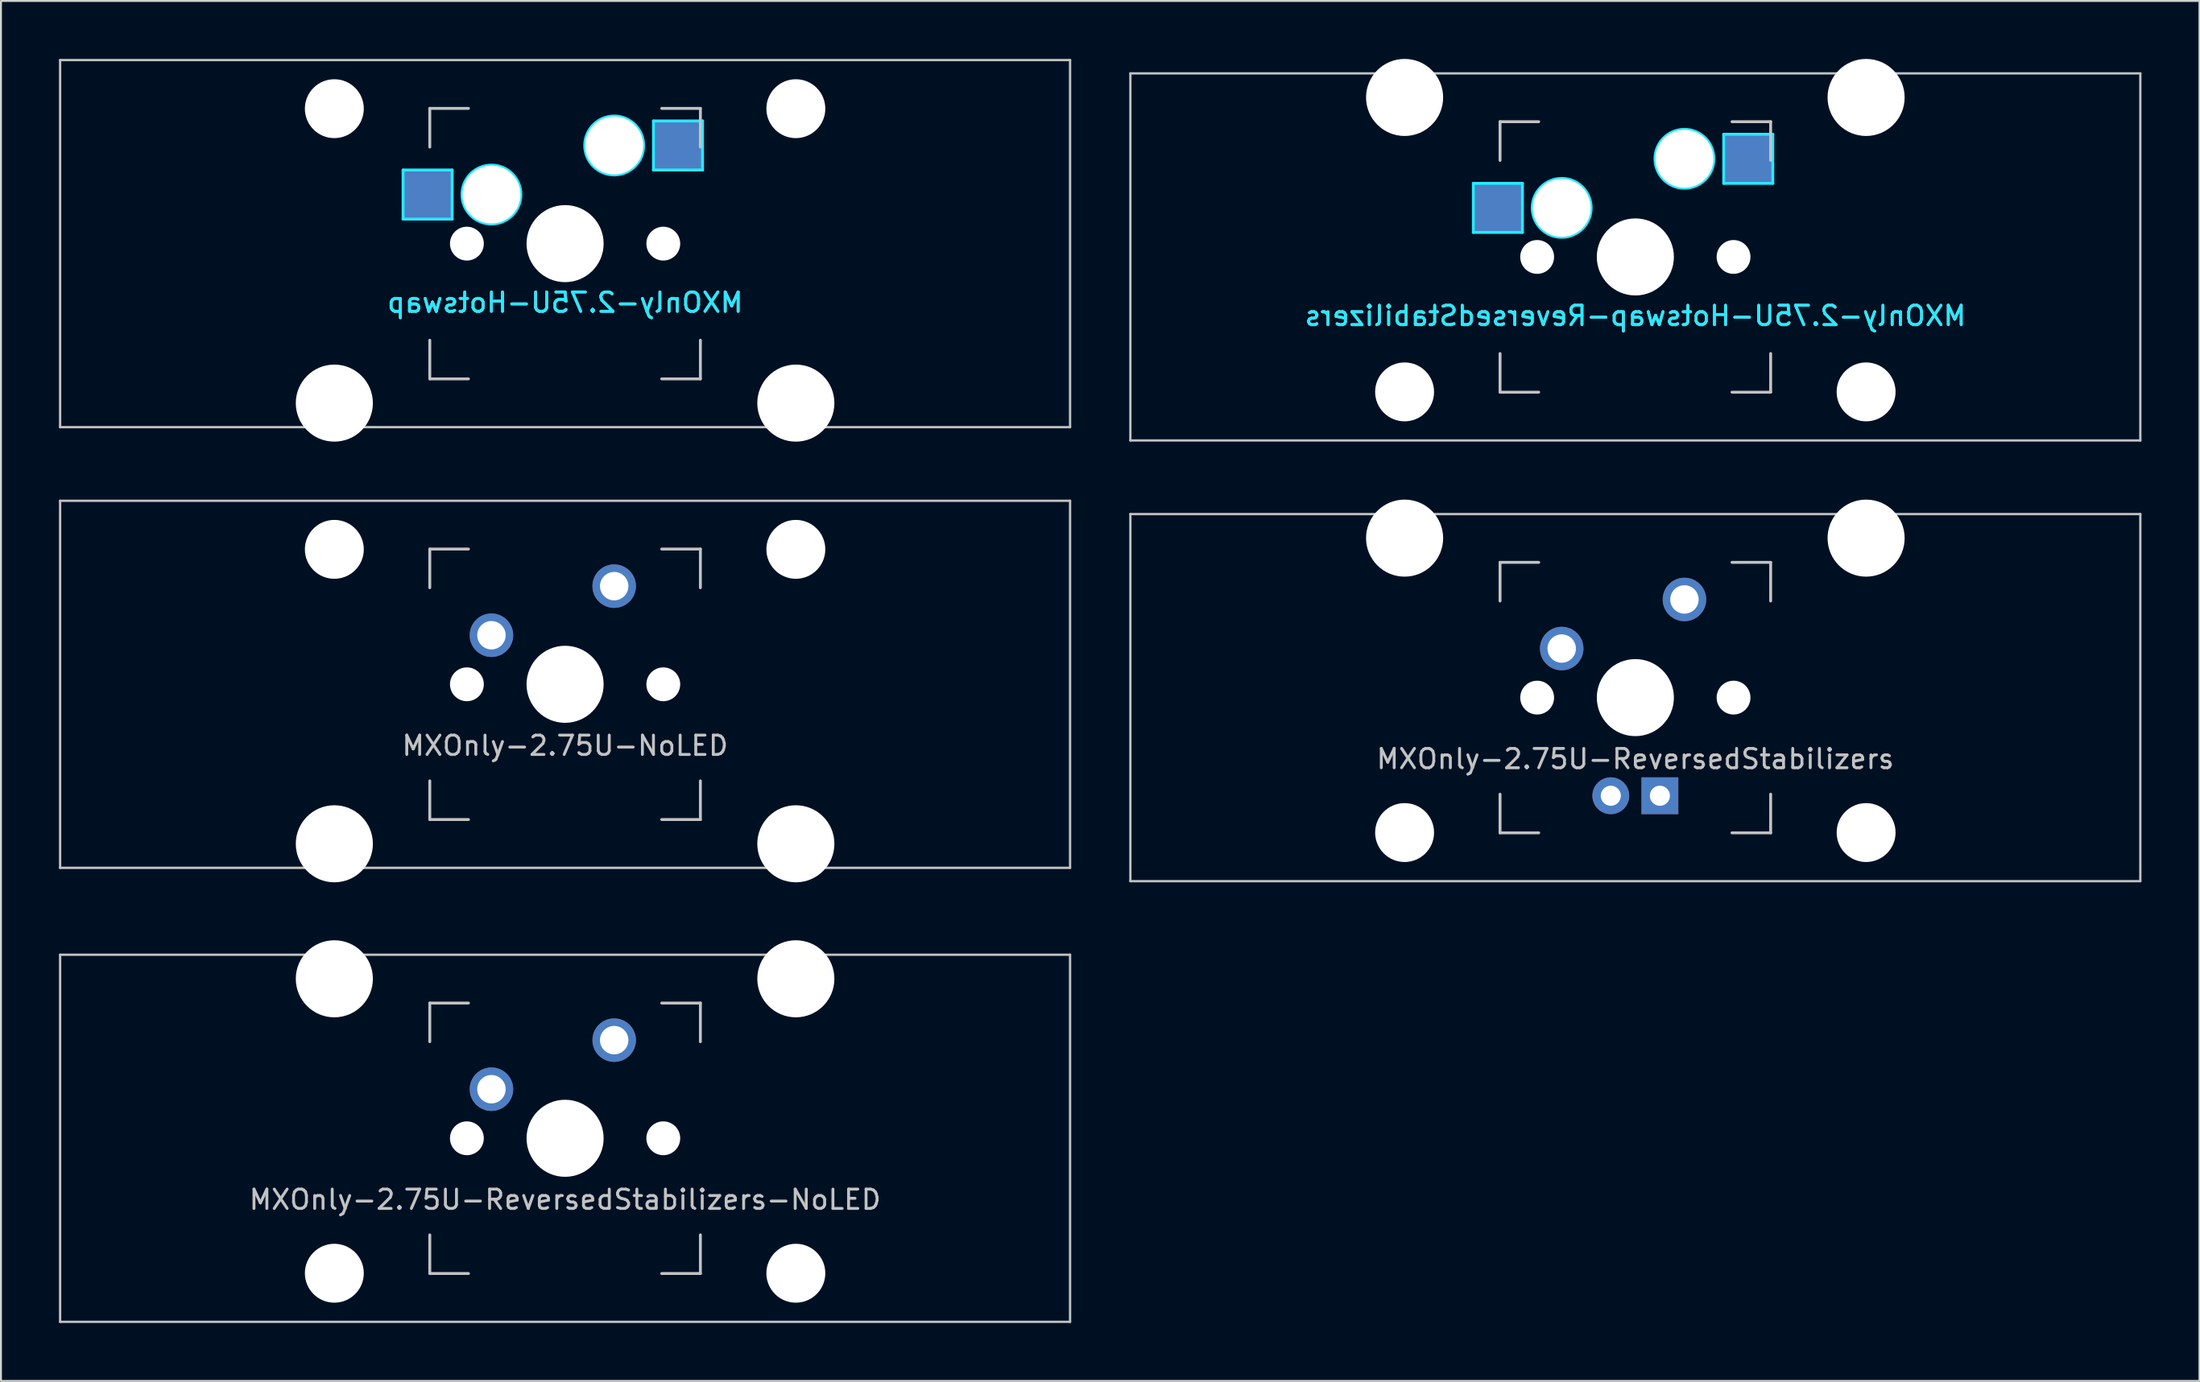
<source format=kicad_pcb>
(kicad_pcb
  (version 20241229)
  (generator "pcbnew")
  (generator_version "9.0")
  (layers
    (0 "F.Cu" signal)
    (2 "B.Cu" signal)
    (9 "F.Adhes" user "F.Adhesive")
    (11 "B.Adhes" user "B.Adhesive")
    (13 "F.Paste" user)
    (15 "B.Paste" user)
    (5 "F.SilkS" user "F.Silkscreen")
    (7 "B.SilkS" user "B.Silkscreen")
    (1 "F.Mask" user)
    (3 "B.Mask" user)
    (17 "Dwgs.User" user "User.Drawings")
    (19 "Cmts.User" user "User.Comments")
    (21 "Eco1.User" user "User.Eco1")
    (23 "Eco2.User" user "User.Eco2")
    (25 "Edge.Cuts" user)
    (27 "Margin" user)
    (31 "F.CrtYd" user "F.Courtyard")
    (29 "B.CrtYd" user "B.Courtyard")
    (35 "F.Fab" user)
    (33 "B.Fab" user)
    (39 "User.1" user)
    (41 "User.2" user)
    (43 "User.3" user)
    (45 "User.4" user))
  (footprint "MXOnly-2.75U-Hotswap-ReversedStabilizers"
    (layer "F.Cu")
    (at 81.555 10.249)
    (property "Reference" "MXOnly-2.75U-Hotswap-ReversedStabilizers" (at 0 3.048 0) (layer "B.CrtYd") (effects (font (size 1 1) (thickness 0.15)) (justify mirror)))
    (attr smd)
    (fp_line (start -26.125 -9.5) (end -26.125 9.5) (stroke (width 0.12) (type solid)) (layer "Dwgs.User"))
    (fp_line (start -26.125 9.5) (end 26.125 9.5) (stroke (width 0.12) (type solid)) (layer "Dwgs.User"))
    (fp_line (start -7 -7) (end -7 -5) (stroke (width 0.15) (type solid)) (layer "Dwgs.User"))
    (fp_line (start -7 5) (end -7 7) (stroke (width 0.15) (type solid)) (layer "Dwgs.User"))
    (fp_line (start -7 7) (end -5 7) (stroke (width 0.15) (type solid)) (layer "Dwgs.User"))
    (fp_line (start -5 -7) (end -7 -7) (stroke (width 0.15) (type solid)) (layer "Dwgs.User"))
    (fp_line (start 5 -7) (end 7 -7) (stroke (width 0.15) (type solid)) (layer "Dwgs.User"))
    (fp_line (start 5 7) (end 7 7) (stroke (width 0.15) (type solid)) (layer "Dwgs.User"))
    (fp_line (start 7 -7) (end 7 -5) (stroke (width 0.15) (type solid)) (layer "Dwgs.User"))
    (fp_line (start 7 7) (end 7 5) (stroke (width 0.15) (type solid)) (layer "Dwgs.User"))
    (fp_line (start 26.125 -9.5) (end -26.125 -9.5) (stroke (width 0.12) (type solid)) (layer "Dwgs.User"))
    (fp_line (start 26.125 9.5) (end 26.125 -9.5) (stroke (width 0.12) (type solid)) (layer "Dwgs.User"))
    (fp_line (start -8.382 -3.81) (end -5.842 -3.81) (stroke (width 0.15) (type solid)) (layer "B.CrtYd"))
    (fp_line (start -8.382 -1.27) (end -8.382 -3.81) (stroke (width 0.15) (type solid)) (layer "B.CrtYd"))
    (fp_line (start -5.842 -3.81) (end -5.842 -1.27) (stroke (width 0.15) (type solid)) (layer "B.CrtYd"))
    (fp_line (start -5.842 -1.27) (end -8.382 -1.27) (stroke (width 0.15) (type solid)) (layer "B.CrtYd"))
    (fp_line (start 4.572 -6.35) (end 7.112 -6.35) (stroke (width 0.15) (type solid)) (layer "B.CrtYd"))
    (fp_line (start 4.572 -3.81) (end 4.572 -6.35) (stroke (width 0.15) (type solid)) (layer "B.CrtYd"))
    (fp_line (start 7.112 -6.35) (end 7.112 -3.81) (stroke (width 0.15) (type solid)) (layer "B.CrtYd"))
    (fp_line (start 7.112 -3.81) (end 4.572 -3.81) (stroke (width 0.15) (type solid)) (layer "B.CrtYd"))
    (fp_circle (center -3.81 -2.54) (end -3.81 -4.064) (stroke (width 0.15) (type solid)) (fill no) (layer "B.CrtYd"))
    (fp_circle (center 2.54 -5.08) (end 2.54 -6.604) (stroke (width 0.15) (type solid)) (fill no) (layer "B.CrtYd"))
    (fp_text user "${REFERENCE}" (at 0 3.048 0) (layer "B.SilkS") (effects (font (size 1 1) (thickness 0.15)) (justify mirror)))
    (pad "" np_thru_hole circle (at -11.938 -8.255) (size 3.988 3.988) (drill 3.988) (layers "*.Cu" "*.Mask"))
    (pad "" np_thru_hole circle (at -11.938 6.985) (size 3.048 3.048) (drill 3.048) (layers "*.Cu" "*.Mask"))
    (pad "" np_thru_hole circle (at -5.08 0 48.1) (size 1.75 1.75) (drill 1.75) (layers "*.Cu" "*.Mask"))
    (pad "" np_thru_hole circle (at -3.81 -2.54) (size 3 3) (drill 3) (layers "*.Cu" "*.Mask"))
    (pad "" np_thru_hole circle (at 0 0) (size 3.988 3.988) (drill 3.988) (layers "*.Cu" "*.Mask"))
    (pad "" np_thru_hole circle (at 2.54 -5.08) (size 3 3) (drill 3) (layers "*.Cu" "*.Mask"))
    (pad "" np_thru_hole circle (at 5.08 0 48.1) (size 1.75 1.75) (drill 1.75) (layers "*.Cu" "*.Mask"))
    (pad "" np_thru_hole circle (at 11.938 -8.255) (size 3.988 3.988) (drill 3.988) (layers "*.Cu" "*.Mask"))
    (pad "" np_thru_hole circle (at 11.938 6.985) (size 3.048 3.048) (drill 3.048) (layers "*.Cu" "*.Mask"))
    (pad "1" smd rect (at -7.085 -2.54) (size 2.55 2.5) (layers "B.Cu" "B.Mask" "B.Paste"))
    (pad "2" smd rect (at 5.842 -5.08) (size 2.55 2.5) (layers "B.Cu" "B.Mask" "B.Paste")))
  (footprint "MXOnly-2.75U-ReversedStabilizers"
    (layer "F.Cu")
    (at 81.555 33.058)
    (property "Reference" "MXOnly-2.75U-ReversedStabilizers" (at 0 3.175 0) (layer "Dwgs.User") (effects (font (size 1 1) (thickness 0.15))))
    (attr through_hole)
    (fp_line (start -26.125 -9.5) (end -26.125 9.5) (stroke (width 0.12) (type solid)) (layer "Dwgs.User"))
    (fp_line (start -26.125 9.5) (end 26.125 9.5) (stroke (width 0.12) (type solid)) (layer "Dwgs.User"))
    (fp_line (start -7 -7) (end -7 -5) (stroke (width 0.15) (type solid)) (layer "Dwgs.User"))
    (fp_line (start -7 5) (end -7 7) (stroke (width 0.15) (type solid)) (layer "Dwgs.User"))
    (fp_line (start -7 7) (end -5 7) (stroke (width 0.15) (type solid)) (layer "Dwgs.User"))
    (fp_line (start -5 -7) (end -7 -7) (stroke (width 0.15) (type solid)) (layer "Dwgs.User"))
    (fp_line (start 5 -7) (end 7 -7) (stroke (width 0.15) (type solid)) (layer "Dwgs.User"))
    (fp_line (start 5 7) (end 7 7) (stroke (width 0.15) (type solid)) (layer "Dwgs.User"))
    (fp_line (start 7 -7) (end 7 -5) (stroke (width 0.15) (type solid)) (layer "Dwgs.User"))
    (fp_line (start 7 7) (end 7 5) (stroke (width 0.15) (type solid)) (layer "Dwgs.User"))
    (fp_line (start 26.125 -9.5) (end -26.125 -9.5) (stroke (width 0.12) (type solid)) (layer "Dwgs.User"))
    (fp_line (start 26.125 9.5) (end 26.125 -9.5) (stroke (width 0.12) (type solid)) (layer "Dwgs.User"))
    (pad "" np_thru_hole circle (at -11.938 -8.255) (size 3.988 3.988) (drill 3.988) (layers "*.Cu" "*.Mask"))
    (pad "" np_thru_hole circle (at -11.938 6.985) (size 3.048 3.048) (drill 3.048) (layers "*.Cu" "*.Mask"))
    (pad "" np_thru_hole circle (at -5.08 0 48.1) (size 1.75 1.75) (drill 1.75) (layers "*.Cu" "*.Mask"))
    (pad "" np_thru_hole circle (at 0 0) (size 3.988 3.988) (drill 3.988) (layers "*.Cu" "*.Mask"))
    (pad "" np_thru_hole circle (at 5.08 0 48.1) (size 1.75 1.75) (drill 1.75) (layers "*.Cu" "*.Mask"))
    (pad "" np_thru_hole circle (at 11.938 -8.255) (size 3.988 3.988) (drill 3.988) (layers "*.Cu" "*.Mask"))
    (pad "" np_thru_hole circle (at 11.938 6.985) (size 3.048 3.048) (drill 3.048) (layers "*.Cu" "*.Mask"))
    (pad "1" thru_hole circle (at -3.81 -2.54) (size 2.25 2.25) (drill 1.47) (layers "*.Cu" "B.Mask"))
    (pad "2" thru_hole circle (at 2.54 -5.08) (size 2.25 2.25) (drill 1.47) (layers "*.Cu" "B.Mask"))
    (pad "3" thru_hole circle (at -1.27 5.08) (size 1.905 1.905) (drill 1.04) (layers "*.Cu" "B.Mask"))
    (pad "4" thru_hole rect (at 1.27 5.08) (size 1.905 1.905) (drill 1.04) (layers "*.Cu" "B.Mask")))
  (footprint "MXOnly-2.75U-Hotswap"
    (layer "F.Cu")
    (at 26.185 9.56)
    (property "Reference" "MXOnly-2.75U-Hotswap" (at 0 3.048 0) (layer "B.CrtYd") (effects (font (size 1 1) (thickness 0.15)) (justify mirror)))
    (attr smd)
    (fp_line (start -26.125 -9.5) (end -26.125 9.5) (stroke (width 0.12) (type solid)) (layer "Dwgs.User"))
    (fp_line (start -26.125 9.5) (end 26.125 9.5) (stroke (width 0.12) (type solid)) (layer "Dwgs.User"))
    (fp_line (start -7 -7) (end -7 -5) (stroke (width 0.15) (type solid)) (layer "Dwgs.User"))
    (fp_line (start -7 5) (end -7 7) (stroke (width 0.15) (type solid)) (layer "Dwgs.User"))
    (fp_line (start -7 7) (end -5 7) (stroke (width 0.15) (type solid)) (layer "Dwgs.User"))
    (fp_line (start -5 -7) (end -7 -7) (stroke (width 0.15) (type solid)) (layer "Dwgs.User"))
    (fp_line (start 5 -7) (end 7 -7) (stroke (width 0.15) (type solid)) (layer "Dwgs.User"))
    (fp_line (start 5 7) (end 7 7) (stroke (width 0.15) (type solid)) (layer "Dwgs.User"))
    (fp_line (start 7 -7) (end 7 -5) (stroke (width 0.15) (type solid)) (layer "Dwgs.User"))
    (fp_line (start 7 7) (end 7 5) (stroke (width 0.15) (type solid)) (layer "Dwgs.User"))
    (fp_line (start 26.125 -9.5) (end -26.125 -9.5) (stroke (width 0.12) (type solid)) (layer "Dwgs.User"))
    (fp_line (start 26.125 9.5) (end 26.125 -9.5) (stroke (width 0.12) (type solid)) (layer "Dwgs.User"))
    (fp_line (start -8.382 -3.81) (end -5.842 -3.81) (stroke (width 0.15) (type solid)) (layer "B.CrtYd"))
    (fp_line (start -8.382 -1.27) (end -8.382 -3.81) (stroke (width 0.15) (type solid)) (layer "B.CrtYd"))
    (fp_line (start -5.842 -3.81) (end -5.842 -1.27) (stroke (width 0.15) (type solid)) (layer "B.CrtYd"))
    (fp_line (start -5.842 -1.27) (end -8.382 -1.27) (stroke (width 0.15) (type solid)) (layer "B.CrtYd"))
    (fp_line (start 4.572 -6.35) (end 7.112 -6.35) (stroke (width 0.15) (type solid)) (layer "B.CrtYd"))
    (fp_line (start 4.572 -3.81) (end 4.572 -6.35) (stroke (width 0.15) (type solid)) (layer "B.CrtYd"))
    (fp_line (start 7.112 -6.35) (end 7.112 -3.81) (stroke (width 0.15) (type solid)) (layer "B.CrtYd"))
    (fp_line (start 7.112 -3.81) (end 4.572 -3.81) (stroke (width 0.15) (type solid)) (layer "B.CrtYd"))
    (fp_circle (center -3.81 -2.54) (end -3.81 -4.064) (stroke (width 0.15) (type solid)) (fill no) (layer "B.CrtYd"))
    (fp_circle (center 2.54 -5.08) (end 2.54 -6.604) (stroke (width 0.15) (type solid)) (fill no) (layer "B.CrtYd"))
    (fp_text user "${REFERENCE}" (at 0 3.048 0) (layer "B.SilkS") (effects (font (size 1 1) (thickness 0.15)) (justify mirror)))
    (pad "" np_thru_hole circle (at -11.938 -6.985) (size 3.048 3.048) (drill 3.048) (layers "*.Cu" "*.Mask"))
    (pad "" np_thru_hole circle (at -11.938 8.255) (size 3.988 3.988) (drill 3.988) (layers "*.Cu" "*.Mask"))
    (pad "" np_thru_hole circle (at -5.08 0 48.1) (size 1.75 1.75) (drill 1.75) (layers "*.Cu" "*.Mask"))
    (pad "" np_thru_hole circle (at -3.81 -2.54) (size 3 3) (drill 3) (layers "*.Cu" "*.Mask"))
    (pad "" np_thru_hole circle (at 0 0) (size 3.988 3.988) (drill 3.988) (layers "*.Cu" "*.Mask"))
    (pad "" np_thru_hole circle (at 2.54 -5.08) (size 3 3) (drill 3) (layers "*.Cu" "*.Mask"))
    (pad "" np_thru_hole circle (at 5.08 0 48.1) (size 1.75 1.75) (drill 1.75) (layers "*.Cu" "*.Mask"))
    (pad "" np_thru_hole circle (at 11.938 -6.985) (size 3.048 3.048) (drill 3.048) (layers "*.Cu" "*.Mask"))
    (pad "" np_thru_hole circle (at 11.938 8.255) (size 3.988 3.988) (drill 3.988) (layers "*.Cu" "*.Mask"))
    (pad "1" smd rect (at -7.085 -2.54) (size 2.55 2.5) (layers "B.Cu" "B.Mask" "B.Paste"))
    (pad "2" smd rect (at 5.842 -5.08) (size 2.55 2.5) (layers "B.Cu" "B.Mask" "B.Paste")))
  (footprint "MXOnly-2.75U-NoLED"
    (layer "F.Cu")
    (at 26.185 32.369)
    (property "Reference" "MXOnly-2.75U-NoLED" (at 0 3.175 0) (layer "Dwgs.User") (effects (font (size 1 1) (thickness 0.15))))
    (attr through_hole)
    (fp_line (start -26.125 -9.5) (end -26.125 9.5) (stroke (width 0.12) (type solid)) (layer "Dwgs.User"))
    (fp_line (start -26.125 9.5) (end 26.125 9.5) (stroke (width 0.12) (type solid)) (layer "Dwgs.User"))
    (fp_line (start -7 -7) (end -7 -5) (stroke (width 0.15) (type solid)) (layer "Dwgs.User"))
    (fp_line (start -7 5) (end -7 7) (stroke (width 0.15) (type solid)) (layer "Dwgs.User"))
    (fp_line (start -7 7) (end -5 7) (stroke (width 0.15) (type solid)) (layer "Dwgs.User"))
    (fp_line (start -5 -7) (end -7 -7) (stroke (width 0.15) (type solid)) (layer "Dwgs.User"))
    (fp_line (start 5 -7) (end 7 -7) (stroke (width 0.15) (type solid)) (layer "Dwgs.User"))
    (fp_line (start 5 7) (end 7 7) (stroke (width 0.15) (type solid)) (layer "Dwgs.User"))
    (fp_line (start 7 -7) (end 7 -5) (stroke (width 0.15) (type solid)) (layer "Dwgs.User"))
    (fp_line (start 7 7) (end 7 5) (stroke (width 0.15) (type solid)) (layer "Dwgs.User"))
    (fp_line (start 26.125 -9.5) (end -26.125 -9.5) (stroke (width 0.12) (type solid)) (layer "Dwgs.User"))
    (fp_line (start 26.125 9.5) (end 26.125 -9.5) (stroke (width 0.12) (type solid)) (layer "Dwgs.User"))
    (pad "" np_thru_hole circle (at -11.938 -6.985) (size 3.048 3.048) (drill 3.048) (layers "*.Cu" "*.Mask"))
    (pad "" np_thru_hole circle (at -11.938 8.255) (size 3.988 3.988) (drill 3.988) (layers "*.Cu" "*.Mask"))
    (pad "" np_thru_hole circle (at -5.08 0 48.1) (size 1.75 1.75) (drill 1.75) (layers "*.Cu" "*.Mask"))
    (pad "" np_thru_hole circle (at 0 0) (size 3.988 3.988) (drill 3.988) (layers "*.Cu" "*.Mask"))
    (pad "" np_thru_hole circle (at 5.08 0 48.1) (size 1.75 1.75) (drill 1.75) (layers "*.Cu" "*.Mask"))
    (pad "" np_thru_hole circle (at 11.938 -6.985) (size 3.048 3.048) (drill 3.048) (layers "*.Cu" "*.Mask"))
    (pad "" np_thru_hole circle (at 11.938 8.255) (size 3.988 3.988) (drill 3.988) (layers "*.Cu" "*.Mask"))
    (pad "1" thru_hole circle (at -3.81 -2.54) (size 2.25 2.25) (drill 1.47) (layers "*.Cu" "B.Mask"))
    (pad "2" thru_hole circle (at 2.54 -5.08) (size 2.25 2.25) (drill 1.47) (layers "*.Cu" "B.Mask")))
  (footprint "MXOnly-2.75U-ReversedStabilizers-NoLED"
    (layer "F.Cu")
    (at 26.185 55.867)
    (property "Reference" "MXOnly-2.75U-ReversedStabilizers-NoLED" (at 0 3.175 0) (layer "Dwgs.User") (effects (font (size 1 1) (thickness 0.15))))
    (attr through_hole)
    (fp_line (start -26.125 -9.5) (end -26.125 9.5) (stroke (width 0.12) (type solid)) (layer "Dwgs.User"))
    (fp_line (start -26.125 9.5) (end 26.125 9.5) (stroke (width 0.12) (type solid)) (layer "Dwgs.User"))
    (fp_line (start -7 -7) (end -7 -5) (stroke (width 0.15) (type solid)) (layer "Dwgs.User"))
    (fp_line (start -7 5) (end -7 7) (stroke (width 0.15) (type solid)) (layer "Dwgs.User"))
    (fp_line (start -7 7) (end -5 7) (stroke (width 0.15) (type solid)) (layer "Dwgs.User"))
    (fp_line (start -5 -7) (end -7 -7) (stroke (width 0.15) (type solid)) (layer "Dwgs.User"))
    (fp_line (start 5 -7) (end 7 -7) (stroke (width 0.15) (type solid)) (layer "Dwgs.User"))
    (fp_line (start 5 7) (end 7 7) (stroke (width 0.15) (type solid)) (layer "Dwgs.User"))
    (fp_line (start 7 -7) (end 7 -5) (stroke (width 0.15) (type solid)) (layer "Dwgs.User"))
    (fp_line (start 7 7) (end 7 5) (stroke (width 0.15) (type solid)) (layer "Dwgs.User"))
    (fp_line (start 26.125 -9.5) (end -26.125 -9.5) (stroke (width 0.12) (type solid)) (layer "Dwgs.User"))
    (fp_line (start 26.125 9.5) (end 26.125 -9.5) (stroke (width 0.12) (type solid)) (layer "Dwgs.User"))
    (pad "" np_thru_hole circle (at -11.938 -8.255) (size 3.988 3.988) (drill 3.988) (layers "*.Cu" "*.Mask"))
    (pad "" np_thru_hole circle (at -11.938 6.985) (size 3.048 3.048) (drill 3.048) (layers "*.Cu" "*.Mask"))
    (pad "" np_thru_hole circle (at -5.08 0 48.1) (size 1.75 1.75) (drill 1.75) (layers "*.Cu" "*.Mask"))
    (pad "" np_thru_hole circle (at 0 0) (size 3.988 3.988) (drill 3.988) (layers "*.Cu" "*.Mask"))
    (pad "" np_thru_hole circle (at 5.08 0 48.1) (size 1.75 1.75) (drill 1.75) (layers "*.Cu" "*.Mask"))
    (pad "" np_thru_hole circle (at 11.938 -8.255) (size 3.988 3.988) (drill 3.988) (layers "*.Cu" "*.Mask"))
    (pad "" np_thru_hole circle (at 11.938 6.985) (size 3.048 3.048) (drill 3.048) (layers "*.Cu" "*.Mask"))
    (pad "1" thru_hole circle (at -3.81 -2.54) (size 2.25 2.25) (drill 1.47) (layers "*.Cu" "B.Mask"))
    (pad "2" thru_hole circle (at 2.54 -5.08) (size 2.25 2.25) (drill 1.47) (layers "*.Cu" "B.Mask")))
  (gr_rect
    (start -3 -3)
    (end 110.74 68.427)
    (stroke (width 0.1) (type default))
    (fill no)
    (layer "Edge.Cuts")))
</source>
